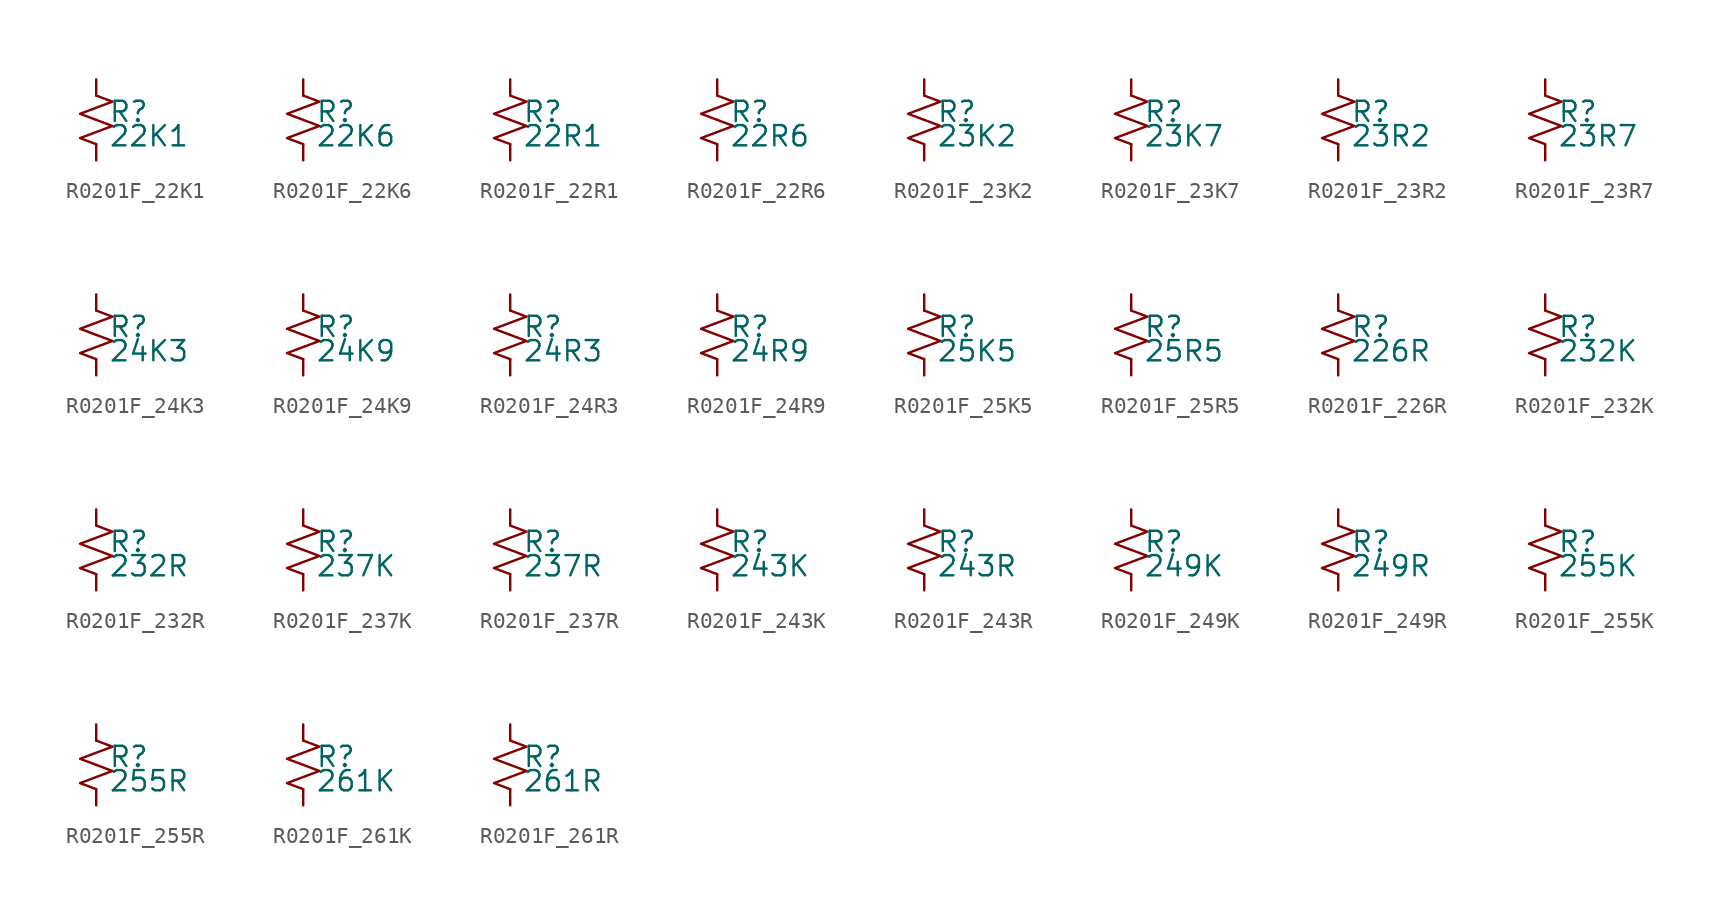
<source format=kicad_sym>
(kicad_symbol_lib
  (version 20220914)
  (generator kicad_symbol_editor)
  (symbol "R0201F_22K1"
    (pin_numbers hide)
    (pin_names
      (offset 0.254) hide)
    (property "Reference" "R"
      (at 0.762 0.508 0)
      (effects (font (size 1.27 1.27)) (justify left)))
    (property "Value" "22K1"
      (at 0.762 -1.016 0)
      (effects (font (size 1.27 1.27)) (justify left)))
    (symbol "R0201F_22K1_1_1"
      (polyline (pts (xy 0 0) (xy 1.016 -0.381) (xy 0 -0.762) (xy -1.016 -1.143) (xy 0 -1.524)) (stroke (width 0) (type default)) (fill (type none)))
      (polyline (pts (xy 0 1.524) (xy 1.016 1.143) (xy 0 0.762) (xy -1.016 0.381) (xy 0 0)) (stroke (width 0) (type default)) (fill (type none)))
      (pin passive line (at 0 2.54 270) (length 1.016) (name "~" (effects (font (size 1.27 1.27)))) (number "1" (effects (font (size 1.27 1.27)))))
      (pin passive line (at 0 -2.54 90) (length 1.016) (name "~" (effects (font (size 1.27 1.27)))) (number "2" (effects (font (size 1.27 1.27)))))))
  (symbol "R0201F_22K6"
    (pin_numbers hide)
    (pin_names
      (offset 0.254) hide)
    (property "Reference" "R"
      (at 0.762 0.508 0)
      (effects (font (size 1.27 1.27)) (justify left)))
    (property "Value" "22K6"
      (at 0.762 -1.016 0)
      (effects (font (size 1.27 1.27)) (justify left)))
    (symbol "R0201F_22K6_1_1"
      (polyline (pts (xy 0 0) (xy 1.016 -0.381) (xy 0 -0.762) (xy -1.016 -1.143) (xy 0 -1.524)) (stroke (width 0) (type default)) (fill (type none)))
      (polyline (pts (xy 0 1.524) (xy 1.016 1.143) (xy 0 0.762) (xy -1.016 0.381) (xy 0 0)) (stroke (width 0) (type default)) (fill (type none)))
      (pin passive line (at 0 2.54 270) (length 1.016) (name "~" (effects (font (size 1.27 1.27)))) (number "1" (effects (font (size 1.27 1.27)))))
      (pin passive line (at 0 -2.54 90) (length 1.016) (name "~" (effects (font (size 1.27 1.27)))) (number "2" (effects (font (size 1.27 1.27)))))))
  (symbol "R0201F_22R1"
    (pin_numbers hide)
    (pin_names
      (offset 0.254) hide)
    (property "Reference" "R"
      (at 0.762 0.508 0)
      (effects (font (size 1.27 1.27)) (justify left)))
    (property "Value" "22R1"
      (at 0.762 -1.016 0)
      (effects (font (size 1.27 1.27)) (justify left)))
    (symbol "R0201F_22R1_1_1"
      (polyline (pts (xy 0 0) (xy 1.016 -0.381) (xy 0 -0.762) (xy -1.016 -1.143) (xy 0 -1.524)) (stroke (width 0) (type default)) (fill (type none)))
      (polyline (pts (xy 0 1.524) (xy 1.016 1.143) (xy 0 0.762) (xy -1.016 0.381) (xy 0 0)) (stroke (width 0) (type default)) (fill (type none)))
      (pin passive line (at 0 2.54 270) (length 1.016) (name "~" (effects (font (size 1.27 1.27)))) (number "1" (effects (font (size 1.27 1.27)))))
      (pin passive line (at 0 -2.54 90) (length 1.016) (name "~" (effects (font (size 1.27 1.27)))) (number "2" (effects (font (size 1.27 1.27)))))))
  (symbol "R0201F_22R6"
    (pin_numbers hide)
    (pin_names
      (offset 0.254) hide)
    (property "Reference" "R"
      (at 0.762 0.508 0)
      (effects (font (size 1.27 1.27)) (justify left)))
    (property "Value" "22R6"
      (at 0.762 -1.016 0)
      (effects (font (size 1.27 1.27)) (justify left)))
    (symbol "R0201F_22R6_1_1"
      (polyline (pts (xy 0 0) (xy 1.016 -0.381) (xy 0 -0.762) (xy -1.016 -1.143) (xy 0 -1.524)) (stroke (width 0) (type default)) (fill (type none)))
      (polyline (pts (xy 0 1.524) (xy 1.016 1.143) (xy 0 0.762) (xy -1.016 0.381) (xy 0 0)) (stroke (width 0) (type default)) (fill (type none)))
      (pin passive line (at 0 2.54 270) (length 1.016) (name "~" (effects (font (size 1.27 1.27)))) (number "1" (effects (font (size 1.27 1.27)))))
      (pin passive line (at 0 -2.54 90) (length 1.016) (name "~" (effects (font (size 1.27 1.27)))) (number "2" (effects (font (size 1.27 1.27)))))))
  (symbol "R0201F_23K2"
    (pin_numbers hide)
    (pin_names
      (offset 0.254) hide)
    (property "Reference" "R"
      (at 0.762 0.508 0)
      (effects (font (size 1.27 1.27)) (justify left)))
    (property "Value" "23K2"
      (at 0.762 -1.016 0)
      (effects (font (size 1.27 1.27)) (justify left)))
    (symbol "R0201F_23K2_1_1"
      (polyline (pts (xy 0 0) (xy 1.016 -0.381) (xy 0 -0.762) (xy -1.016 -1.143) (xy 0 -1.524)) (stroke (width 0) (type default)) (fill (type none)))
      (polyline (pts (xy 0 1.524) (xy 1.016 1.143) (xy 0 0.762) (xy -1.016 0.381) (xy 0 0)) (stroke (width 0) (type default)) (fill (type none)))
      (pin passive line (at 0 2.54 270) (length 1.016) (name "~" (effects (font (size 1.27 1.27)))) (number "1" (effects (font (size 1.27 1.27)))))
      (pin passive line (at 0 -2.54 90) (length 1.016) (name "~" (effects (font (size 1.27 1.27)))) (number "2" (effects (font (size 1.27 1.27)))))))
  (symbol "R0201F_23K7"
    (pin_numbers hide)
    (pin_names
      (offset 0.254) hide)
    (property "Reference" "R"
      (at 0.762 0.508 0)
      (effects (font (size 1.27 1.27)) (justify left)))
    (property "Value" "23K7"
      (at 0.762 -1.016 0)
      (effects (font (size 1.27 1.27)) (justify left)))
    (symbol "R0201F_23K7_1_1"
      (polyline (pts (xy 0 0) (xy 1.016 -0.381) (xy 0 -0.762) (xy -1.016 -1.143) (xy 0 -1.524)) (stroke (width 0) (type default)) (fill (type none)))
      (polyline (pts (xy 0 1.524) (xy 1.016 1.143) (xy 0 0.762) (xy -1.016 0.381) (xy 0 0)) (stroke (width 0) (type default)) (fill (type none)))
      (pin passive line (at 0 2.54 270) (length 1.016) (name "~" (effects (font (size 1.27 1.27)))) (number "1" (effects (font (size 1.27 1.27)))))
      (pin passive line (at 0 -2.54 90) (length 1.016) (name "~" (effects (font (size 1.27 1.27)))) (number "2" (effects (font (size 1.27 1.27)))))))
  (symbol "R0201F_23R2"
    (pin_numbers hide)
    (pin_names
      (offset 0.254) hide)
    (property "Reference" "R"
      (at 0.762 0.508 0)
      (effects (font (size 1.27 1.27)) (justify left)))
    (property "Value" "23R2"
      (at 0.762 -1.016 0)
      (effects (font (size 1.27 1.27)) (justify left)))
    (symbol "R0201F_23R2_1_1"
      (polyline (pts (xy 0 0) (xy 1.016 -0.381) (xy 0 -0.762) (xy -1.016 -1.143) (xy 0 -1.524)) (stroke (width 0) (type default)) (fill (type none)))
      (polyline (pts (xy 0 1.524) (xy 1.016 1.143) (xy 0 0.762) (xy -1.016 0.381) (xy 0 0)) (stroke (width 0) (type default)) (fill (type none)))
      (pin passive line (at 0 2.54 270) (length 1.016) (name "~" (effects (font (size 1.27 1.27)))) (number "1" (effects (font (size 1.27 1.27)))))
      (pin passive line (at 0 -2.54 90) (length 1.016) (name "~" (effects (font (size 1.27 1.27)))) (number "2" (effects (font (size 1.27 1.27)))))))
  (symbol "R0201F_23R7"
    (pin_numbers hide)
    (pin_names
      (offset 0.254) hide)
    (property "Reference" "R"
      (at 0.762 0.508 0)
      (effects (font (size 1.27 1.27)) (justify left)))
    (property "Value" "23R7"
      (at 0.762 -1.016 0)
      (effects (font (size 1.27 1.27)) (justify left)))
    (symbol "R0201F_23R7_1_1"
      (polyline (pts (xy 0 0) (xy 1.016 -0.381) (xy 0 -0.762) (xy -1.016 -1.143) (xy 0 -1.524)) (stroke (width 0) (type default)) (fill (type none)))
      (polyline (pts (xy 0 1.524) (xy 1.016 1.143) (xy 0 0.762) (xy -1.016 0.381) (xy 0 0)) (stroke (width 0) (type default)) (fill (type none)))
      (pin passive line (at 0 2.54 270) (length 1.016) (name "~" (effects (font (size 1.27 1.27)))) (number "1" (effects (font (size 1.27 1.27)))))
      (pin passive line (at 0 -2.54 90) (length 1.016) (name "~" (effects (font (size 1.27 1.27)))) (number "2" (effects (font (size 1.27 1.27)))))))
  (symbol "R0201F_24K3"
    (pin_numbers hide)
    (pin_names
      (offset 0.254) hide)
    (property "Reference" "R"
      (at 0.762 0.508 0)
      (effects (font (size 1.27 1.27)) (justify left)))
    (property "Value" "24K3"
      (at 0.762 -1.016 0)
      (effects (font (size 1.27 1.27)) (justify left)))
    (symbol "R0201F_24K3_1_1"
      (polyline (pts (xy 0 0) (xy 1.016 -0.381) (xy 0 -0.762) (xy -1.016 -1.143) (xy 0 -1.524)) (stroke (width 0) (type default)) (fill (type none)))
      (polyline (pts (xy 0 1.524) (xy 1.016 1.143) (xy 0 0.762) (xy -1.016 0.381) (xy 0 0)) (stroke (width 0) (type default)) (fill (type none)))
      (pin passive line (at 0 2.54 270) (length 1.016) (name "~" (effects (font (size 1.27 1.27)))) (number "1" (effects (font (size 1.27 1.27)))))
      (pin passive line (at 0 -2.54 90) (length 1.016) (name "~" (effects (font (size 1.27 1.27)))) (number "2" (effects (font (size 1.27 1.27)))))))
  (symbol "R0201F_24K9"
    (pin_numbers hide)
    (pin_names
      (offset 0.254) hide)
    (property "Reference" "R"
      (at 0.762 0.508 0)
      (effects (font (size 1.27 1.27)) (justify left)))
    (property "Value" "24K9"
      (at 0.762 -1.016 0)
      (effects (font (size 1.27 1.27)) (justify left)))
    (symbol "R0201F_24K9_1_1"
      (polyline (pts (xy 0 0) (xy 1.016 -0.381) (xy 0 -0.762) (xy -1.016 -1.143) (xy 0 -1.524)) (stroke (width 0) (type default)) (fill (type none)))
      (polyline (pts (xy 0 1.524) (xy 1.016 1.143) (xy 0 0.762) (xy -1.016 0.381) (xy 0 0)) (stroke (width 0) (type default)) (fill (type none)))
      (pin passive line (at 0 2.54 270) (length 1.016) (name "~" (effects (font (size 1.27 1.27)))) (number "1" (effects (font (size 1.27 1.27)))))
      (pin passive line (at 0 -2.54 90) (length 1.016) (name "~" (effects (font (size 1.27 1.27)))) (number "2" (effects (font (size 1.27 1.27)))))))
  (symbol "R0201F_24R3"
    (pin_numbers hide)
    (pin_names
      (offset 0.254) hide)
    (property "Reference" "R"
      (at 0.762 0.508 0)
      (effects (font (size 1.27 1.27)) (justify left)))
    (property "Value" "24R3"
      (at 0.762 -1.016 0)
      (effects (font (size 1.27 1.27)) (justify left)))
    (symbol "R0201F_24R3_1_1"
      (polyline (pts (xy 0 0) (xy 1.016 -0.381) (xy 0 -0.762) (xy -1.016 -1.143) (xy 0 -1.524)) (stroke (width 0) (type default)) (fill (type none)))
      (polyline (pts (xy 0 1.524) (xy 1.016 1.143) (xy 0 0.762) (xy -1.016 0.381) (xy 0 0)) (stroke (width 0) (type default)) (fill (type none)))
      (pin passive line (at 0 2.54 270) (length 1.016) (name "~" (effects (font (size 1.27 1.27)))) (number "1" (effects (font (size 1.27 1.27)))))
      (pin passive line (at 0 -2.54 90) (length 1.016) (name "~" (effects (font (size 1.27 1.27)))) (number "2" (effects (font (size 1.27 1.27)))))))
  (symbol "R0201F_24R9"
    (pin_numbers hide)
    (pin_names
      (offset 0.254) hide)
    (property "Reference" "R"
      (at 0.762 0.508 0)
      (effects (font (size 1.27 1.27)) (justify left)))
    (property "Value" "24R9"
      (at 0.762 -1.016 0)
      (effects (font (size 1.27 1.27)) (justify left)))
    (symbol "R0201F_24R9_1_1"
      (polyline (pts (xy 0 0) (xy 1.016 -0.381) (xy 0 -0.762) (xy -1.016 -1.143) (xy 0 -1.524)) (stroke (width 0) (type default)) (fill (type none)))
      (polyline (pts (xy 0 1.524) (xy 1.016 1.143) (xy 0 0.762) (xy -1.016 0.381) (xy 0 0)) (stroke (width 0) (type default)) (fill (type none)))
      (pin passive line (at 0 2.54 270) (length 1.016) (name "~" (effects (font (size 1.27 1.27)))) (number "1" (effects (font (size 1.27 1.27)))))
      (pin passive line (at 0 -2.54 90) (length 1.016) (name "~" (effects (font (size 1.27 1.27)))) (number "2" (effects (font (size 1.27 1.27)))))))
  (symbol "R0201F_25K5"
    (pin_numbers hide)
    (pin_names
      (offset 0.254) hide)
    (property "Reference" "R"
      (at 0.762 0.508 0)
      (effects (font (size 1.27 1.27)) (justify left)))
    (property "Value" "25K5"
      (at 0.762 -1.016 0)
      (effects (font (size 1.27 1.27)) (justify left)))
    (symbol "R0201F_25K5_1_1"
      (polyline (pts (xy 0 0) (xy 1.016 -0.381) (xy 0 -0.762) (xy -1.016 -1.143) (xy 0 -1.524)) (stroke (width 0) (type default)) (fill (type none)))
      (polyline (pts (xy 0 1.524) (xy 1.016 1.143) (xy 0 0.762) (xy -1.016 0.381) (xy 0 0)) (stroke (width 0) (type default)) (fill (type none)))
      (pin passive line (at 0 2.54 270) (length 1.016) (name "~" (effects (font (size 1.27 1.27)))) (number "1" (effects (font (size 1.27 1.27)))))
      (pin passive line (at 0 -2.54 90) (length 1.016) (name "~" (effects (font (size 1.27 1.27)))) (number "2" (effects (font (size 1.27 1.27)))))))
  (symbol "R0201F_25R5"
    (pin_numbers hide)
    (pin_names
      (offset 0.254) hide)
    (property "Reference" "R"
      (at 0.762 0.508 0)
      (effects (font (size 1.27 1.27)) (justify left)))
    (property "Value" "25R5"
      (at 0.762 -1.016 0)
      (effects (font (size 1.27 1.27)) (justify left)))
    (symbol "R0201F_25R5_1_1"
      (polyline (pts (xy 0 0) (xy 1.016 -0.381) (xy 0 -0.762) (xy -1.016 -1.143) (xy 0 -1.524)) (stroke (width 0) (type default)) (fill (type none)))
      (polyline (pts (xy 0 1.524) (xy 1.016 1.143) (xy 0 0.762) (xy -1.016 0.381) (xy 0 0)) (stroke (width 0) (type default)) (fill (type none)))
      (pin passive line (at 0 2.54 270) (length 1.016) (name "~" (effects (font (size 1.27 1.27)))) (number "1" (effects (font (size 1.27 1.27)))))
      (pin passive line (at 0 -2.54 90) (length 1.016) (name "~" (effects (font (size 1.27 1.27)))) (number "2" (effects (font (size 1.27 1.27)))))))
  (symbol "R0201F_226R"
    (pin_numbers hide)
    (pin_names
      (offset 0.254) hide)
    (property "Reference" "R"
      (at 0.762 0.508 0)
      (effects (font (size 1.27 1.27)) (justify left)))
    (property "Value" "226R"
      (at 0.762 -1.016 0)
      (effects (font (size 1.27 1.27)) (justify left)))
    (symbol "R0201F_226R_1_1"
      (polyline (pts (xy 0 0) (xy 1.016 -0.381) (xy 0 -0.762) (xy -1.016 -1.143) (xy 0 -1.524)) (stroke (width 0) (type default)) (fill (type none)))
      (polyline (pts (xy 0 1.524) (xy 1.016 1.143) (xy 0 0.762) (xy -1.016 0.381) (xy 0 0)) (stroke (width 0) (type default)) (fill (type none)))
      (pin passive line (at 0 2.54 270) (length 1.016) (name "~" (effects (font (size 1.27 1.27)))) (number "1" (effects (font (size 1.27 1.27)))))
      (pin passive line (at 0 -2.54 90) (length 1.016) (name "~" (effects (font (size 1.27 1.27)))) (number "2" (effects (font (size 1.27 1.27)))))))
  (symbol "R0201F_232K"
    (pin_numbers hide)
    (pin_names
      (offset 0.254) hide)
    (property "Reference" "R"
      (at 0.762 0.508 0)
      (effects (font (size 1.27 1.27)) (justify left)))
    (property "Value" "232K"
      (at 0.762 -1.016 0)
      (effects (font (size 1.27 1.27)) (justify left)))
    (symbol "R0201F_232K_1_1"
      (polyline (pts (xy 0 0) (xy 1.016 -0.381) (xy 0 -0.762) (xy -1.016 -1.143) (xy 0 -1.524)) (stroke (width 0) (type default)) (fill (type none)))
      (polyline (pts (xy 0 1.524) (xy 1.016 1.143) (xy 0 0.762) (xy -1.016 0.381) (xy 0 0)) (stroke (width 0) (type default)) (fill (type none)))
      (pin passive line (at 0 2.54 270) (length 1.016) (name "~" (effects (font (size 1.27 1.27)))) (number "1" (effects (font (size 1.27 1.27)))))
      (pin passive line (at 0 -2.54 90) (length 1.016) (name "~" (effects (font (size 1.27 1.27)))) (number "2" (effects (font (size 1.27 1.27)))))))
  (symbol "R0201F_232R"
    (pin_numbers hide)
    (pin_names
      (offset 0.254) hide)
    (property "Reference" "R"
      (at 0.762 0.508 0)
      (effects (font (size 1.27 1.27)) (justify left)))
    (property "Value" "232R"
      (at 0.762 -1.016 0)
      (effects (font (size 1.27 1.27)) (justify left)))
    (symbol "R0201F_232R_1_1"
      (polyline (pts (xy 0 0) (xy 1.016 -0.381) (xy 0 -0.762) (xy -1.016 -1.143) (xy 0 -1.524)) (stroke (width 0) (type default)) (fill (type none)))
      (polyline (pts (xy 0 1.524) (xy 1.016 1.143) (xy 0 0.762) (xy -1.016 0.381) (xy 0 0)) (stroke (width 0) (type default)) (fill (type none)))
      (pin passive line (at 0 2.54 270) (length 1.016) (name "~" (effects (font (size 1.27 1.27)))) (number "1" (effects (font (size 1.27 1.27)))))
      (pin passive line (at 0 -2.54 90) (length 1.016) (name "~" (effects (font (size 1.27 1.27)))) (number "2" (effects (font (size 1.27 1.27)))))))
  (symbol "R0201F_237K"
    (pin_numbers hide)
    (pin_names
      (offset 0.254) hide)
    (property "Reference" "R"
      (at 0.762 0.508 0)
      (effects (font (size 1.27 1.27)) (justify left)))
    (property "Value" "237K"
      (at 0.762 -1.016 0)
      (effects (font (size 1.27 1.27)) (justify left)))
    (symbol "R0201F_237K_1_1"
      (polyline (pts (xy 0 0) (xy 1.016 -0.381) (xy 0 -0.762) (xy -1.016 -1.143) (xy 0 -1.524)) (stroke (width 0) (type default)) (fill (type none)))
      (polyline (pts (xy 0 1.524) (xy 1.016 1.143) (xy 0 0.762) (xy -1.016 0.381) (xy 0 0)) (stroke (width 0) (type default)) (fill (type none)))
      (pin passive line (at 0 2.54 270) (length 1.016) (name "~" (effects (font (size 1.27 1.27)))) (number "1" (effects (font (size 1.27 1.27)))))
      (pin passive line (at 0 -2.54 90) (length 1.016) (name "~" (effects (font (size 1.27 1.27)))) (number "2" (effects (font (size 1.27 1.27)))))))
  (symbol "R0201F_237R"
    (pin_numbers hide)
    (pin_names
      (offset 0.254) hide)
    (property "Reference" "R"
      (at 0.762 0.508 0)
      (effects (font (size 1.27 1.27)) (justify left)))
    (property "Value" "237R"
      (at 0.762 -1.016 0)
      (effects (font (size 1.27 1.27)) (justify left)))
    (symbol "R0201F_237R_1_1"
      (polyline (pts (xy 0 0) (xy 1.016 -0.381) (xy 0 -0.762) (xy -1.016 -1.143) (xy 0 -1.524)) (stroke (width 0) (type default)) (fill (type none)))
      (polyline (pts (xy 0 1.524) (xy 1.016 1.143) (xy 0 0.762) (xy -1.016 0.381) (xy 0 0)) (stroke (width 0) (type default)) (fill (type none)))
      (pin passive line (at 0 2.54 270) (length 1.016) (name "~" (effects (font (size 1.27 1.27)))) (number "1" (effects (font (size 1.27 1.27)))))
      (pin passive line (at 0 -2.54 90) (length 1.016) (name "~" (effects (font (size 1.27 1.27)))) (number "2" (effects (font (size 1.27 1.27)))))))
  (symbol "R0201F_243K"
    (pin_numbers hide)
    (pin_names
      (offset 0.254) hide)
    (property "Reference" "R"
      (at 0.762 0.508 0)
      (effects (font (size 1.27 1.27)) (justify left)))
    (property "Value" "243K"
      (at 0.762 -1.016 0)
      (effects (font (size 1.27 1.27)) (justify left)))
    (symbol "R0201F_243K_1_1"
      (polyline (pts (xy 0 0) (xy 1.016 -0.381) (xy 0 -0.762) (xy -1.016 -1.143) (xy 0 -1.524)) (stroke (width 0) (type default)) (fill (type none)))
      (polyline (pts (xy 0 1.524) (xy 1.016 1.143) (xy 0 0.762) (xy -1.016 0.381) (xy 0 0)) (stroke (width 0) (type default)) (fill (type none)))
      (pin passive line (at 0 2.54 270) (length 1.016) (name "~" (effects (font (size 1.27 1.27)))) (number "1" (effects (font (size 1.27 1.27)))))
      (pin passive line (at 0 -2.54 90) (length 1.016) (name "~" (effects (font (size 1.27 1.27)))) (number "2" (effects (font (size 1.27 1.27)))))))
  (symbol "R0201F_243R"
    (pin_numbers hide)
    (pin_names
      (offset 0.254) hide)
    (property "Reference" "R"
      (at 0.762 0.508 0)
      (effects (font (size 1.27 1.27)) (justify left)))
    (property "Value" "243R"
      (at 0.762 -1.016 0)
      (effects (font (size 1.27 1.27)) (justify left)))
    (symbol "R0201F_243R_1_1"
      (polyline (pts (xy 0 0) (xy 1.016 -0.381) (xy 0 -0.762) (xy -1.016 -1.143) (xy 0 -1.524)) (stroke (width 0) (type default)) (fill (type none)))
      (polyline (pts (xy 0 1.524) (xy 1.016 1.143) (xy 0 0.762) (xy -1.016 0.381) (xy 0 0)) (stroke (width 0) (type default)) (fill (type none)))
      (pin passive line (at 0 2.54 270) (length 1.016) (name "~" (effects (font (size 1.27 1.27)))) (number "1" (effects (font (size 1.27 1.27)))))
      (pin passive line (at 0 -2.54 90) (length 1.016) (name "~" (effects (font (size 1.27 1.27)))) (number "2" (effects (font (size 1.27 1.27)))))))
  (symbol "R0201F_249K"
    (pin_numbers hide)
    (pin_names
      (offset 0.254) hide)
    (property "Reference" "R"
      (at 0.762 0.508 0)
      (effects (font (size 1.27 1.27)) (justify left)))
    (property "Value" "249K"
      (at 0.762 -1.016 0)
      (effects (font (size 1.27 1.27)) (justify left)))
    (symbol "R0201F_249K_1_1"
      (polyline (pts (xy 0 0) (xy 1.016 -0.381) (xy 0 -0.762) (xy -1.016 -1.143) (xy 0 -1.524)) (stroke (width 0) (type default)) (fill (type none)))
      (polyline (pts (xy 0 1.524) (xy 1.016 1.143) (xy 0 0.762) (xy -1.016 0.381) (xy 0 0)) (stroke (width 0) (type default)) (fill (type none)))
      (pin passive line (at 0 2.54 270) (length 1.016) (name "~" (effects (font (size 1.27 1.27)))) (number "1" (effects (font (size 1.27 1.27)))))
      (pin passive line (at 0 -2.54 90) (length 1.016) (name "~" (effects (font (size 1.27 1.27)))) (number "2" (effects (font (size 1.27 1.27)))))))
  (symbol "R0201F_249R"
    (pin_numbers hide)
    (pin_names
      (offset 0.254) hide)
    (property "Reference" "R"
      (at 0.762 0.508 0)
      (effects (font (size 1.27 1.27)) (justify left)))
    (property "Value" "249R"
      (at 0.762 -1.016 0)
      (effects (font (size 1.27 1.27)) (justify left)))
    (symbol "R0201F_249R_1_1"
      (polyline (pts (xy 0 0) (xy 1.016 -0.381) (xy 0 -0.762) (xy -1.016 -1.143) (xy 0 -1.524)) (stroke (width 0) (type default)) (fill (type none)))
      (polyline (pts (xy 0 1.524) (xy 1.016 1.143) (xy 0 0.762) (xy -1.016 0.381) (xy 0 0)) (stroke (width 0) (type default)) (fill (type none)))
      (pin passive line (at 0 2.54 270) (length 1.016) (name "~" (effects (font (size 1.27 1.27)))) (number "1" (effects (font (size 1.27 1.27)))))
      (pin passive line (at 0 -2.54 90) (length 1.016) (name "~" (effects (font (size 1.27 1.27)))) (number "2" (effects (font (size 1.27 1.27)))))))
  (symbol "R0201F_255K"
    (pin_numbers hide)
    (pin_names
      (offset 0.254) hide)
    (property "Reference" "R"
      (at 0.762 0.508 0)
      (effects (font (size 1.27 1.27)) (justify left)))
    (property "Value" "255K"
      (at 0.762 -1.016 0)
      (effects (font (size 1.27 1.27)) (justify left)))
    (symbol "R0201F_255K_1_1"
      (polyline (pts (xy 0 0) (xy 1.016 -0.381) (xy 0 -0.762) (xy -1.016 -1.143) (xy 0 -1.524)) (stroke (width 0) (type default)) (fill (type none)))
      (polyline (pts (xy 0 1.524) (xy 1.016 1.143) (xy 0 0.762) (xy -1.016 0.381) (xy 0 0)) (stroke (width 0) (type default)) (fill (type none)))
      (pin passive line (at 0 2.54 270) (length 1.016) (name "~" (effects (font (size 1.27 1.27)))) (number "1" (effects (font (size 1.27 1.27)))))
      (pin passive line (at 0 -2.54 90) (length 1.016) (name "~" (effects (font (size 1.27 1.27)))) (number "2" (effects (font (size 1.27 1.27)))))))
  (symbol "R0201F_255R"
    (pin_numbers hide)
    (pin_names
      (offset 0.254) hide)
    (property "Reference" "R"
      (at 0.762 0.508 0)
      (effects (font (size 1.27 1.27)) (justify left)))
    (property "Value" "255R"
      (at 0.762 -1.016 0)
      (effects (font (size 1.27 1.27)) (justify left)))
    (symbol "R0201F_255R_1_1"
      (polyline (pts (xy 0 0) (xy 1.016 -0.381) (xy 0 -0.762) (xy -1.016 -1.143) (xy 0 -1.524)) (stroke (width 0) (type default)) (fill (type none)))
      (polyline (pts (xy 0 1.524) (xy 1.016 1.143) (xy 0 0.762) (xy -1.016 0.381) (xy 0 0)) (stroke (width 0) (type default)) (fill (type none)))
      (pin passive line (at 0 2.54 270) (length 1.016) (name "~" (effects (font (size 1.27 1.27)))) (number "1" (effects (font (size 1.27 1.27)))))
      (pin passive line (at 0 -2.54 90) (length 1.016) (name "~" (effects (font (size 1.27 1.27)))) (number "2" (effects (font (size 1.27 1.27)))))))
  (symbol "R0201F_261K"
    (pin_numbers hide)
    (pin_names
      (offset 0.254) hide)
    (property "Reference" "R"
      (at 0.762 0.508 0)
      (effects (font (size 1.27 1.27)) (justify left)))
    (property "Value" "261K"
      (at 0.762 -1.016 0)
      (effects (font (size 1.27 1.27)) (justify left)))
    (symbol "R0201F_261K_1_1"
      (polyline (pts (xy 0 0) (xy 1.016 -0.381) (xy 0 -0.762) (xy -1.016 -1.143) (xy 0 -1.524)) (stroke (width 0) (type default)) (fill (type none)))
      (polyline (pts (xy 0 1.524) (xy 1.016 1.143) (xy 0 0.762) (xy -1.016 0.381) (xy 0 0)) (stroke (width 0) (type default)) (fill (type none)))
      (pin passive line (at 0 2.54 270) (length 1.016) (name "~" (effects (font (size 1.27 1.27)))) (number "1" (effects (font (size 1.27 1.27)))))
      (pin passive line (at 0 -2.54 90) (length 1.016) (name "~" (effects (font (size 1.27 1.27)))) (number "2" (effects (font (size 1.27 1.27)))))))
  (symbol "R0201F_261R"
    (pin_numbers hide)
    (pin_names
      (offset 0.254) hide)
    (property "Reference" "R"
      (at 0.762 0.508 0)
      (effects (font (size 1.27 1.27)) (justify left)))
    (property "Value" "261R"
      (at 0.762 -1.016 0)
      (effects (font (size 1.27 1.27)) (justify left)))
    (symbol "R0201F_261R_1_1"
      (polyline (pts (xy 0 0) (xy 1.016 -0.381) (xy 0 -0.762) (xy -1.016 -1.143) (xy 0 -1.524)) (stroke (width 0) (type default)) (fill (type none)))
      (polyline (pts (xy 0 1.524) (xy 1.016 1.143) (xy 0 0.762) (xy -1.016 0.381) (xy 0 0)) (stroke (width 0) (type default)) (fill (type none)))
      (pin passive line (at 0 2.54 270) (length 1.016) (name "~" (effects (font (size 1.27 1.27)))) (number "1" (effects (font (size 1.27 1.27)))))
      (pin passive line (at 0 -2.54 90) (length 1.016) (name "~" (effects (font (size 1.27 1.27)))) (number "2" (effects (font (size 1.27 1.27))))))))
</source>
